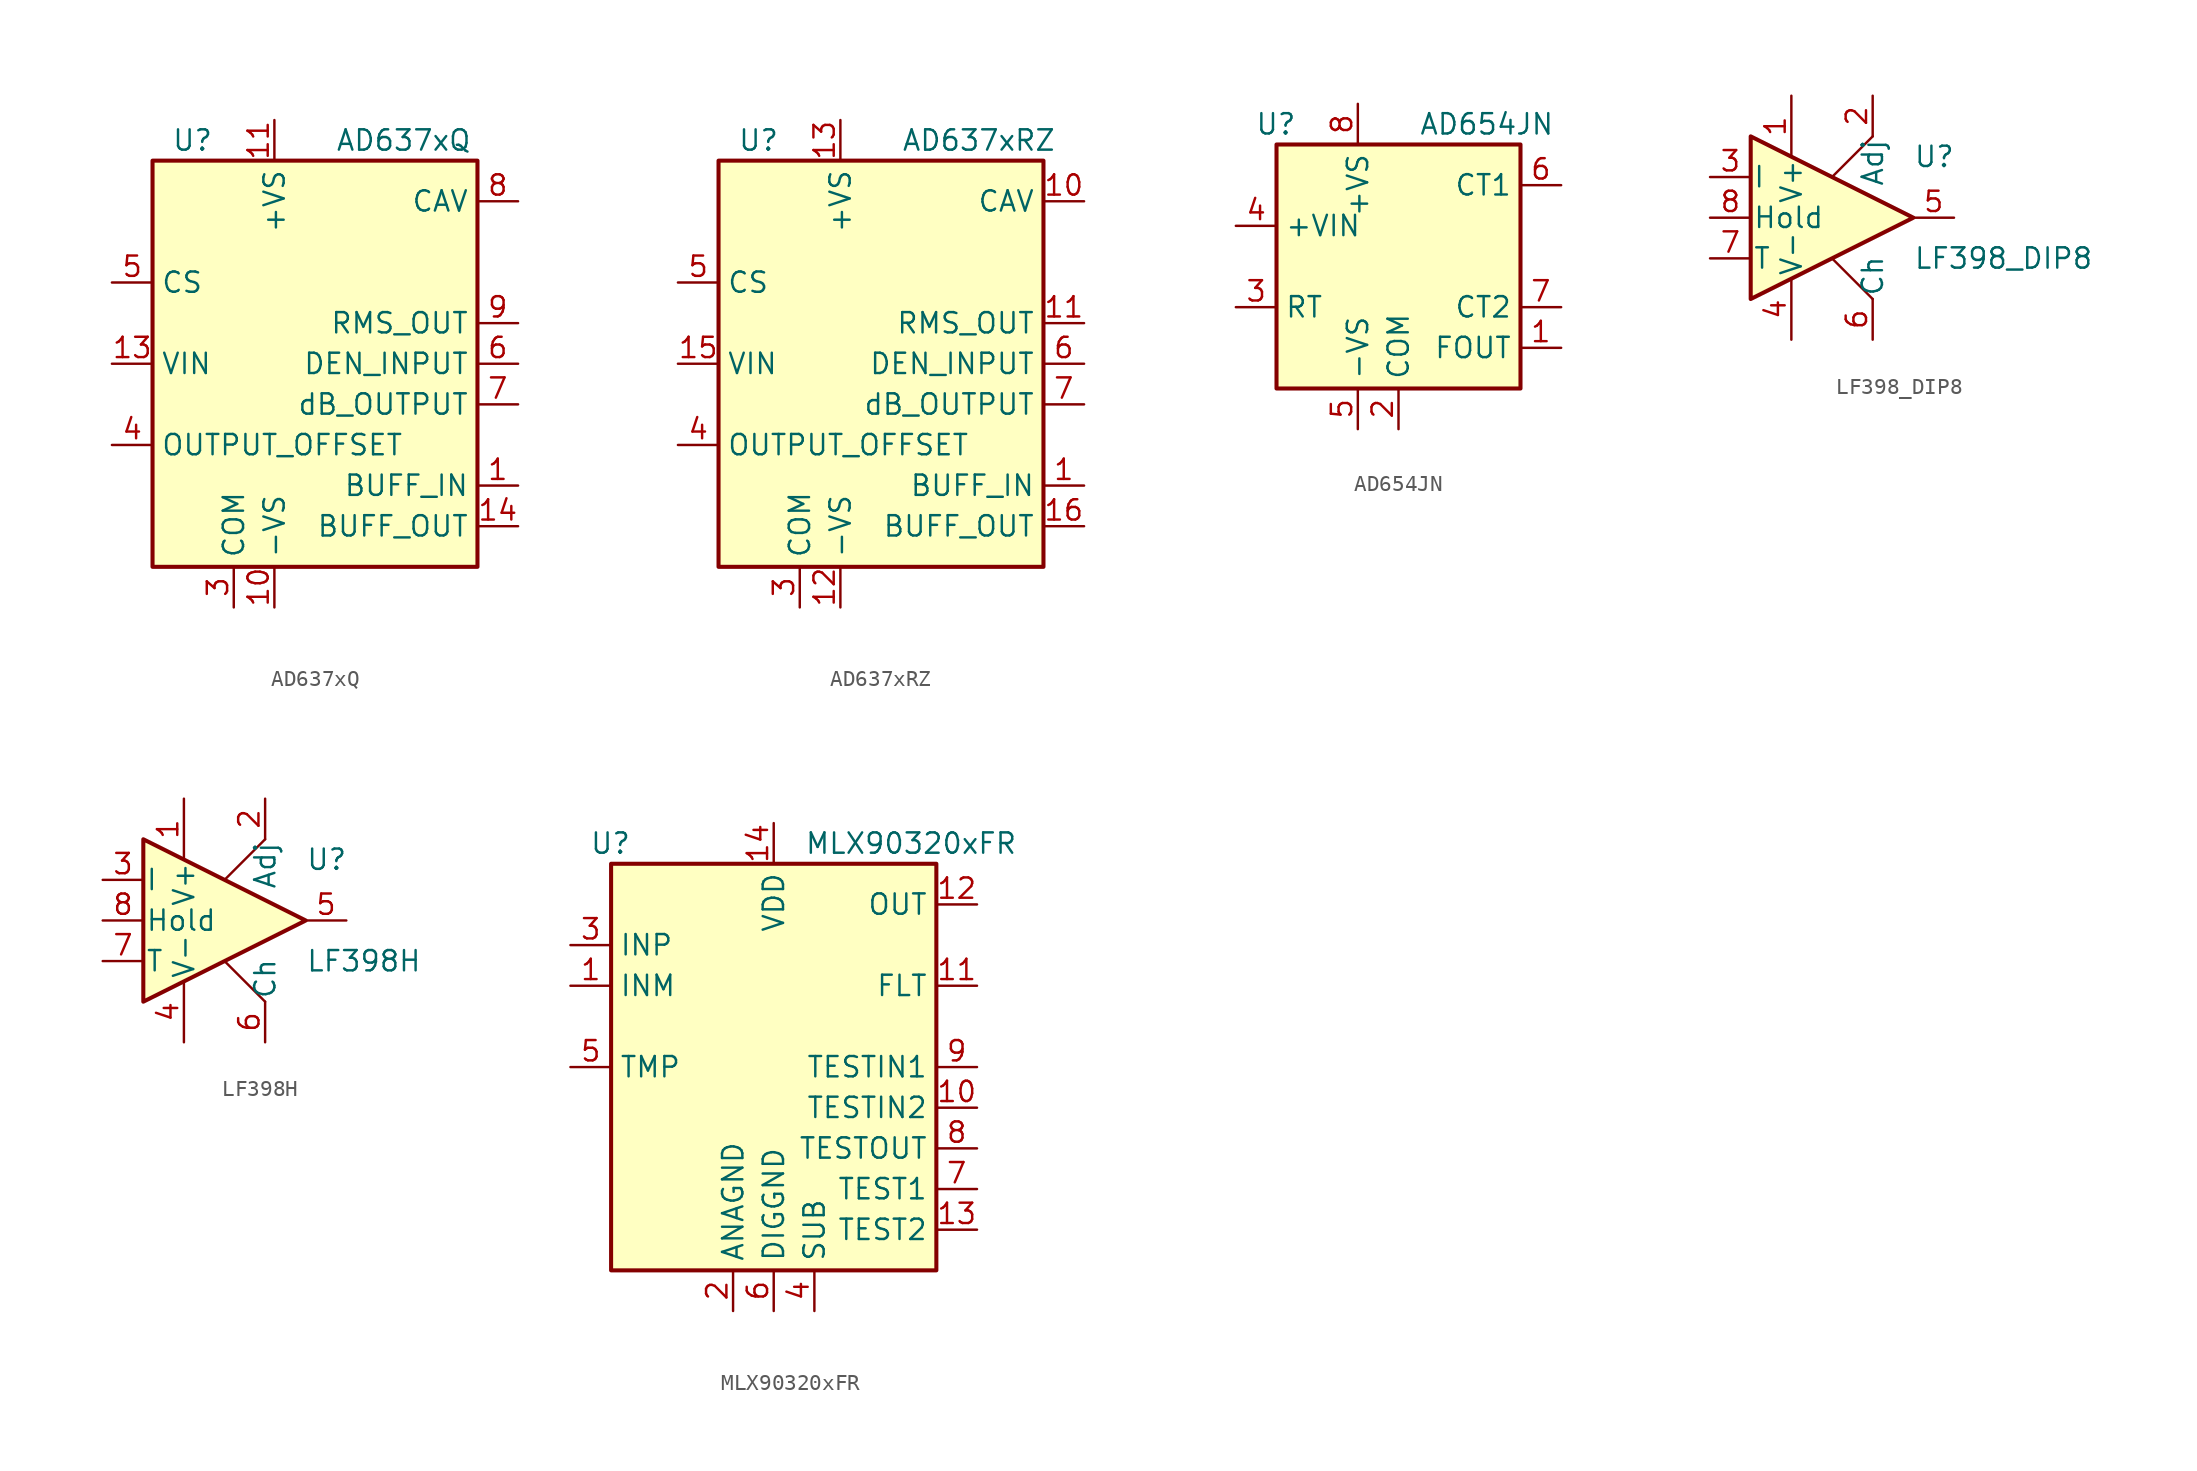
<source format=kicad_sym>
(kicad_symbol_lib
  (version 20201005)
  (generator kicad_symbol_editor)
  (symbol "AD637xQ"
    (property "Reference" "U"
      (at -6.35 13.97 0)
      (effects (font (size 1.27 1.27)) (justify right)))
    (property "Value" "AD637xQ"
      (at 1.27 13.97 0)
      (effects (font (size 1.27 1.27)) (justify left)))
    (symbol "AD637xQ_0_1"
      (rectangle (start -10.16 12.7) (end 10.16 -12.7) (stroke (width 0.254)) (fill (type background))))
    (symbol "AD637xQ_1_1"
      (pin input line (at 12.7 -7.62 180) (length 2.54) (name "BUFF_IN" (effects (font (size 1.27 1.27)))) (number "1" (effects (font (size 1.27 1.27)))))
      (pin power_in line (at -2.54 -15.24 90) (length 2.54) (name "-VS" (effects (font (size 1.27 1.27)))) (number "10" (effects (font (size 1.27 1.27)))))
      (pin power_in line (at -2.54 15.24 270) (length 2.54) (name "+VS" (effects (font (size 1.27 1.27)))) (number "11" (effects (font (size 1.27 1.27)))))
      (pin no_connect line (at -10.16 -7.62 0) (length 2.54) hide (name "NIC" (effects (font (size 1.27 1.27)))) (number "12" (effects (font (size 1.27 1.27)))))
      (pin input line (at -12.7 0 0) (length 2.54) (name "VIN" (effects (font (size 1.27 1.27)))) (number "13" (effects (font (size 1.27 1.27)))))
      (pin output line (at 12.7 -10.16 180) (length 2.54) (name "BUFF_OUT" (effects (font (size 1.27 1.27)))) (number "14" (effects (font (size 1.27 1.27)))))
      (pin no_connect line (at -10.16 7.62 0) (length 2.54) hide (name "NIC" (effects (font (size 1.27 1.27)))) (number "2" (effects (font (size 1.27 1.27)))))
      (pin power_in line (at -5.08 -15.24 90) (length 2.54) (name "COM" (effects (font (size 1.27 1.27)))) (number "3" (effects (font (size 1.27 1.27)))))
      (pin input line (at -12.7 -5.08 0) (length 2.54) (name "OUTPUT_OFFSET" (effects (font (size 1.27 1.27)))) (number "4" (effects (font (size 1.27 1.27)))))
      (pin input line (at -12.7 5.08 0) (length 2.54) (name "CS" (effects (font (size 1.27 1.27)))) (number "5" (effects (font (size 1.27 1.27)))))
      (pin input line (at 12.7 0 180) (length 2.54) (name "DEN_INPUT" (effects (font (size 1.27 1.27)))) (number "6" (effects (font (size 1.27 1.27)))))
      (pin passive line (at 12.7 -2.54 180) (length 2.54) (name "dB_OUTPUT" (effects (font (size 1.27 1.27)))) (number "7" (effects (font (size 1.27 1.27)))))
      (pin passive line (at 12.7 10.16 180) (length 2.54) (name "CAV" (effects (font (size 1.27 1.27)))) (number "8" (effects (font (size 1.27 1.27)))))
      (pin output line (at 12.7 2.54 180) (length 2.54) (name "RMS_OUT" (effects (font (size 1.27 1.27)))) (number "9" (effects (font (size 1.27 1.27)))))))
  (symbol "AD637xRZ"
    (property "Reference" "U"
      (at -6.35 13.97 0)
      (effects (font (size 1.27 1.27)) (justify right)))
    (property "Value" "AD637xRZ"
      (at 1.27 13.97 0)
      (effects (font (size 1.27 1.27)) (justify left)))
    (symbol "AD637xRZ_0_1"
      (rectangle (start -10.16 12.7) (end 10.16 -12.7) (stroke (width 0.254)) (fill (type background))))
    (symbol "AD637xRZ_1_1"
      (pin input line (at 12.7 -7.62 180) (length 2.54) (name "BUFF_IN" (effects (font (size 1.27 1.27)))) (number "1" (effects (font (size 1.27 1.27)))))
      (pin passive line (at 12.7 10.16 180) (length 2.54) (name "CAV" (effects (font (size 1.27 1.27)))) (number "10" (effects (font (size 1.27 1.27)))))
      (pin output line (at 12.7 2.54 180) (length 2.54) (name "RMS_OUT" (effects (font (size 1.27 1.27)))) (number "11" (effects (font (size 1.27 1.27)))))
      (pin power_in line (at -2.54 -15.24 90) (length 2.54) (name "-VS" (effects (font (size 1.27 1.27)))) (number "12" (effects (font (size 1.27 1.27)))))
      (pin power_in line (at -2.54 15.24 270) (length 2.54) (name "+VS" (effects (font (size 1.27 1.27)))) (number "13" (effects (font (size 1.27 1.27)))))
      (pin no_connect line (at -10.16 -7.62 0) (length 2.54) hide (name "NIC" (effects (font (size 1.27 1.27)))) (number "14" (effects (font (size 1.27 1.27)))))
      (pin input line (at -12.7 0 0) (length 2.54) (name "VIN" (effects (font (size 1.27 1.27)))) (number "15" (effects (font (size 1.27 1.27)))))
      (pin output line (at 12.7 -10.16 180) (length 2.54) (name "BUFF_OUT" (effects (font (size 1.27 1.27)))) (number "16" (effects (font (size 1.27 1.27)))))
      (pin no_connect line (at -10.16 7.62 0) (length 2.54) hide (name "NIC" (effects (font (size 1.27 1.27)))) (number "2" (effects (font (size 1.27 1.27)))))
      (pin power_in line (at -5.08 -15.24 90) (length 2.54) (name "COM" (effects (font (size 1.27 1.27)))) (number "3" (effects (font (size 1.27 1.27)))))
      (pin input line (at -12.7 -5.08 0) (length 2.54) (name "OUTPUT_OFFSET" (effects (font (size 1.27 1.27)))) (number "4" (effects (font (size 1.27 1.27)))))
      (pin input line (at -12.7 5.08 0) (length 2.54) (name "CS" (effects (font (size 1.27 1.27)))) (number "5" (effects (font (size 1.27 1.27)))))
      (pin input line (at 12.7 0 180) (length 2.54) (name "DEN_INPUT" (effects (font (size 1.27 1.27)))) (number "6" (effects (font (size 1.27 1.27)))))
      (pin passive line (at 12.7 -2.54 180) (length 2.54) (name "dB_OUTPUT" (effects (font (size 1.27 1.27)))) (number "7" (effects (font (size 1.27 1.27)))))
      (pin no_connect line (at -10.16 2.54 0) (length 2.54) hide (name "NIC" (effects (font (size 1.27 1.27)))) (number "8" (effects (font (size 1.27 1.27)))))
      (pin no_connect line (at -10.16 -2.54 0) (length 2.54) hide (name "NIC" (effects (font (size 1.27 1.27)))) (number "9" (effects (font (size 1.27 1.27)))))))
  (symbol "AD654JN"
    (property "Reference" "U"
      (at -6.35 8.89 0)
      (effects (font (size 1.27 1.27)) (justify right)))
    (property "Value" "AD654JN"
      (at 1.27 8.89 0)
      (effects (font (size 1.27 1.27)) (justify left)))
    (symbol "AD654JN_0_1"
      (rectangle (start -7.62 7.62) (end 7.62 -7.62) (stroke (width 0.254)) (fill (type background))))
    (symbol "AD654JN_1_1"
      (pin open_collector line (at 10.16 -5.08 180) (length 2.54) (name "FOUT" (effects (font (size 1.27 1.27)))) (number "1" (effects (font (size 1.27 1.27)))))
      (pin power_in line (at 0 -10.16 90) (length 2.54) (name "COM" (effects (font (size 1.27 1.27)))) (number "2" (effects (font (size 1.27 1.27)))))
      (pin input line (at -10.16 -2.54 0) (length 2.54) (name "RT" (effects (font (size 1.27 1.27)))) (number "3" (effects (font (size 1.27 1.27)))))
      (pin input line (at -10.16 2.54 0) (length 2.54) (name "+VIN" (effects (font (size 1.27 1.27)))) (number "4" (effects (font (size 1.27 1.27)))))
      (pin power_in line (at -2.54 -10.16 90) (length 2.54) (name "-VS" (effects (font (size 1.27 1.27)))) (number "5" (effects (font (size 1.27 1.27)))))
      (pin passive line (at 10.16 5.08 180) (length 2.54) (name "CT1" (effects (font (size 1.27 1.27)))) (number "6" (effects (font (size 1.27 1.27)))))
      (pin passive line (at 10.16 -2.54 180) (length 2.54) (name "CT2" (effects (font (size 1.27 1.27)))) (number "7" (effects (font (size 1.27 1.27)))))
      (pin power_in line (at -2.54 10.16 270) (length 2.54) (name "+VS" (effects (font (size 1.27 1.27)))) (number "8" (effects (font (size 1.27 1.27)))))))
  (symbol "LF398_DIP8"
    (pin_names
      (offset 0.127))
    (property "Reference" "U"
      (at 5.08 3.81 0)
      (effects (font (size 1.27 1.27)) (justify left)))
    (property "Value" "LF398_DIP8"
      (at 5.08 -2.54 0)
      (effects (font (size 1.27 1.27)) (justify left)))
    (symbol "LF398_DIP8_0_1"
      (polyline (pts (xy 0 -2.54) (xy 2.54 -5.08)) (stroke (width 0)) (fill (type none)))
      (polyline (pts (xy 2.54 5.08) (xy 0 2.54)) (stroke (width 0)) (fill (type none)))
      (polyline (pts (xy -5.08 5.08) (xy 5.08 0) (xy -5.08 -5.08) (xy -5.08 5.08)) (stroke (width 0.254)) (fill (type background))))
    (symbol "LF398_DIP8_1_1"
      (pin passive line (at -2.54 7.62 270) (length 3.81) (name "V+" (effects (font (size 1.27 1.27)))) (number "1" (effects (font (size 1.27 1.27)))))
      (pin passive line (at 2.54 7.62 270) (length 2.54) (name "Adj" (effects (font (size 1.27 1.27)))) (number "2" (effects (font (size 1.27 1.27)))))
      (pin input line (at -7.62 2.54 0) (length 2.54) (name "I" (effects (font (size 1.27 1.27)))) (number "3" (effects (font (size 1.27 1.27)))))
      (pin passive line (at -2.54 -7.62 90) (length 3.81) (name "V-" (effects (font (size 1.27 1.27)))) (number "4" (effects (font (size 1.27 1.27)))))
      (pin output line (at 7.62 0 180) (length 2.54) (name "~" (effects (font (size 1.27 1.27)))) (number "5" (effects (font (size 1.27 1.27)))))
      (pin passive line (at 2.54 -7.62 90) (length 2.54) (name "Ch" (effects (font (size 1.27 1.27)))) (number "6" (effects (font (size 1.27 1.27)))))
      (pin passive line (at -7.62 -2.54 0) (length 2.54) (name "T" (effects (font (size 1.27 1.27)))) (number "7" (effects (font (size 1.27 1.27)))))
      (pin input line (at -7.62 0 0) (length 2.54) (name "Hold" (effects (font (size 1.27 1.27)))) (number "8" (effects (font (size 1.27 1.27)))))))
  (symbol "LF398H"
    (pin_names
      (offset 0.127))
    (property "Reference" "U"
      (at 5.08 3.81 0)
      (effects (font (size 1.27 1.27)) (justify left)))
    (property "Value" "LF398H"
      (at 5.08 -2.54 0)
      (effects (font (size 1.27 1.27)) (justify left)))
    (symbol "LF398H_0_1"
      (polyline (pts (xy 0 -2.54) (xy 2.54 -5.08)) (stroke (width 0)) (fill (type none)))
      (polyline (pts (xy 2.54 5.08) (xy 0 2.54)) (stroke (width 0)) (fill (type none)))
      (polyline (pts (xy -5.08 5.08) (xy 5.08 0) (xy -5.08 -5.08) (xy -5.08 5.08)) (stroke (width 0.254)) (fill (type background))))
    (symbol "LF398H_1_1"
      (pin passive line (at -2.54 7.62 270) (length 3.81) (name "V+" (effects (font (size 1.27 1.27)))) (number "1" (effects (font (size 1.27 1.27)))))
      (pin passive line (at 2.54 7.62 270) (length 2.54) (name "Adj" (effects (font (size 1.27 1.27)))) (number "2" (effects (font (size 1.27 1.27)))))
      (pin input line (at -7.62 2.54 0) (length 2.54) (name "I" (effects (font (size 1.27 1.27)))) (number "3" (effects (font (size 1.27 1.27)))))
      (pin passive line (at -2.54 -7.62 90) (length 3.81) (name "V-" (effects (font (size 1.27 1.27)))) (number "4" (effects (font (size 1.27 1.27)))))
      (pin output line (at 7.62 0 180) (length 2.54) (name "~" (effects (font (size 1.27 1.27)))) (number "5" (effects (font (size 1.27 1.27)))))
      (pin passive line (at 2.54 -7.62 90) (length 2.54) (name "Ch" (effects (font (size 1.27 1.27)))) (number "6" (effects (font (size 1.27 1.27)))))
      (pin passive line (at -7.62 -2.54 0) (length 2.54) (name "T" (effects (font (size 1.27 1.27)))) (number "7" (effects (font (size 1.27 1.27)))))
      (pin input line (at -7.62 0 0) (length 2.54) (name "Hold" (effects (font (size 1.27 1.27)))) (number "8" (effects (font (size 1.27 1.27)))))))
  (symbol "MLX90320xFR"
    (property "Reference" "U"
      (at -8.89 13.97 0)
      (effects (font (size 1.27 1.27)) (justify right)))
    (property "Value" "MLX90320xFR"
      (at 15.24 13.97 0)
      (effects (font (size 1.27 1.27)) (justify right)))
    (symbol "MLX90320xFR_0_1"
      (rectangle (start -10.16 12.7) (end 10.16 -12.7) (stroke (width 0.254)) (fill (type background))))
    (symbol "MLX90320xFR_1_1"
      (pin input line (at -12.7 5.08 0) (length 2.54) (name "INM" (effects (font (size 1.27 1.27)))) (number "1" (effects (font (size 1.27 1.27)))))
      (pin passive line (at 12.7 -2.54 180) (length 2.54) (name "TESTIN2" (effects (font (size 1.27 1.27)))) (number "10" (effects (font (size 1.27 1.27)))))
      (pin output line (at 12.7 5.08 180) (length 2.54) (name "FLT" (effects (font (size 1.27 1.27)))) (number "11" (effects (font (size 1.27 1.27)))))
      (pin bidirectional line (at 12.7 10.16 180) (length 2.54) (name "OUT" (effects (font (size 1.27 1.27)))) (number "12" (effects (font (size 1.27 1.27)))))
      (pin passive line (at 12.7 -10.16 180) (length 2.54) (name "TEST2" (effects (font (size 1.27 1.27)))) (number "13" (effects (font (size 1.27 1.27)))))
      (pin power_in line (at 0 15.24 270) (length 2.54) (name "VDD" (effects (font (size 1.27 1.27)))) (number "14" (effects (font (size 1.27 1.27)))))
      (pin power_in line (at -2.54 -15.24 90) (length 2.54) (name "ANAGND" (effects (font (size 1.27 1.27)))) (number "2" (effects (font (size 1.27 1.27)))))
      (pin input line (at -12.7 7.62 0) (length 2.54) (name "INP" (effects (font (size 1.27 1.27)))) (number "3" (effects (font (size 1.27 1.27)))))
      (pin power_in line (at 2.54 -15.24 90) (length 2.54) (name "SUB" (effects (font (size 1.27 1.27)))) (number "4" (effects (font (size 1.27 1.27)))))
      (pin passive line (at -12.7 0 0) (length 2.54) (name "TMP" (effects (font (size 1.27 1.27)))) (number "5" (effects (font (size 1.27 1.27)))))
      (pin power_in line (at 0 -15.24 90) (length 2.54) (name "DIGGND" (effects (font (size 1.27 1.27)))) (number "6" (effects (font (size 1.27 1.27)))))
      (pin passive line (at 12.7 -7.62 180) (length 2.54) (name "TEST1" (effects (font (size 1.27 1.27)))) (number "7" (effects (font (size 1.27 1.27)))))
      (pin passive line (at 12.7 -5.08 180) (length 2.54) (name "TESTOUT" (effects (font (size 1.27 1.27)))) (number "8" (effects (font (size 1.27 1.27)))))
      (pin passive line (at 12.7 0 180) (length 2.54) (name "TESTIN1" (effects (font (size 1.27 1.27)))) (number "9" (effects (font (size 1.27 1.27))))))))
</source>
